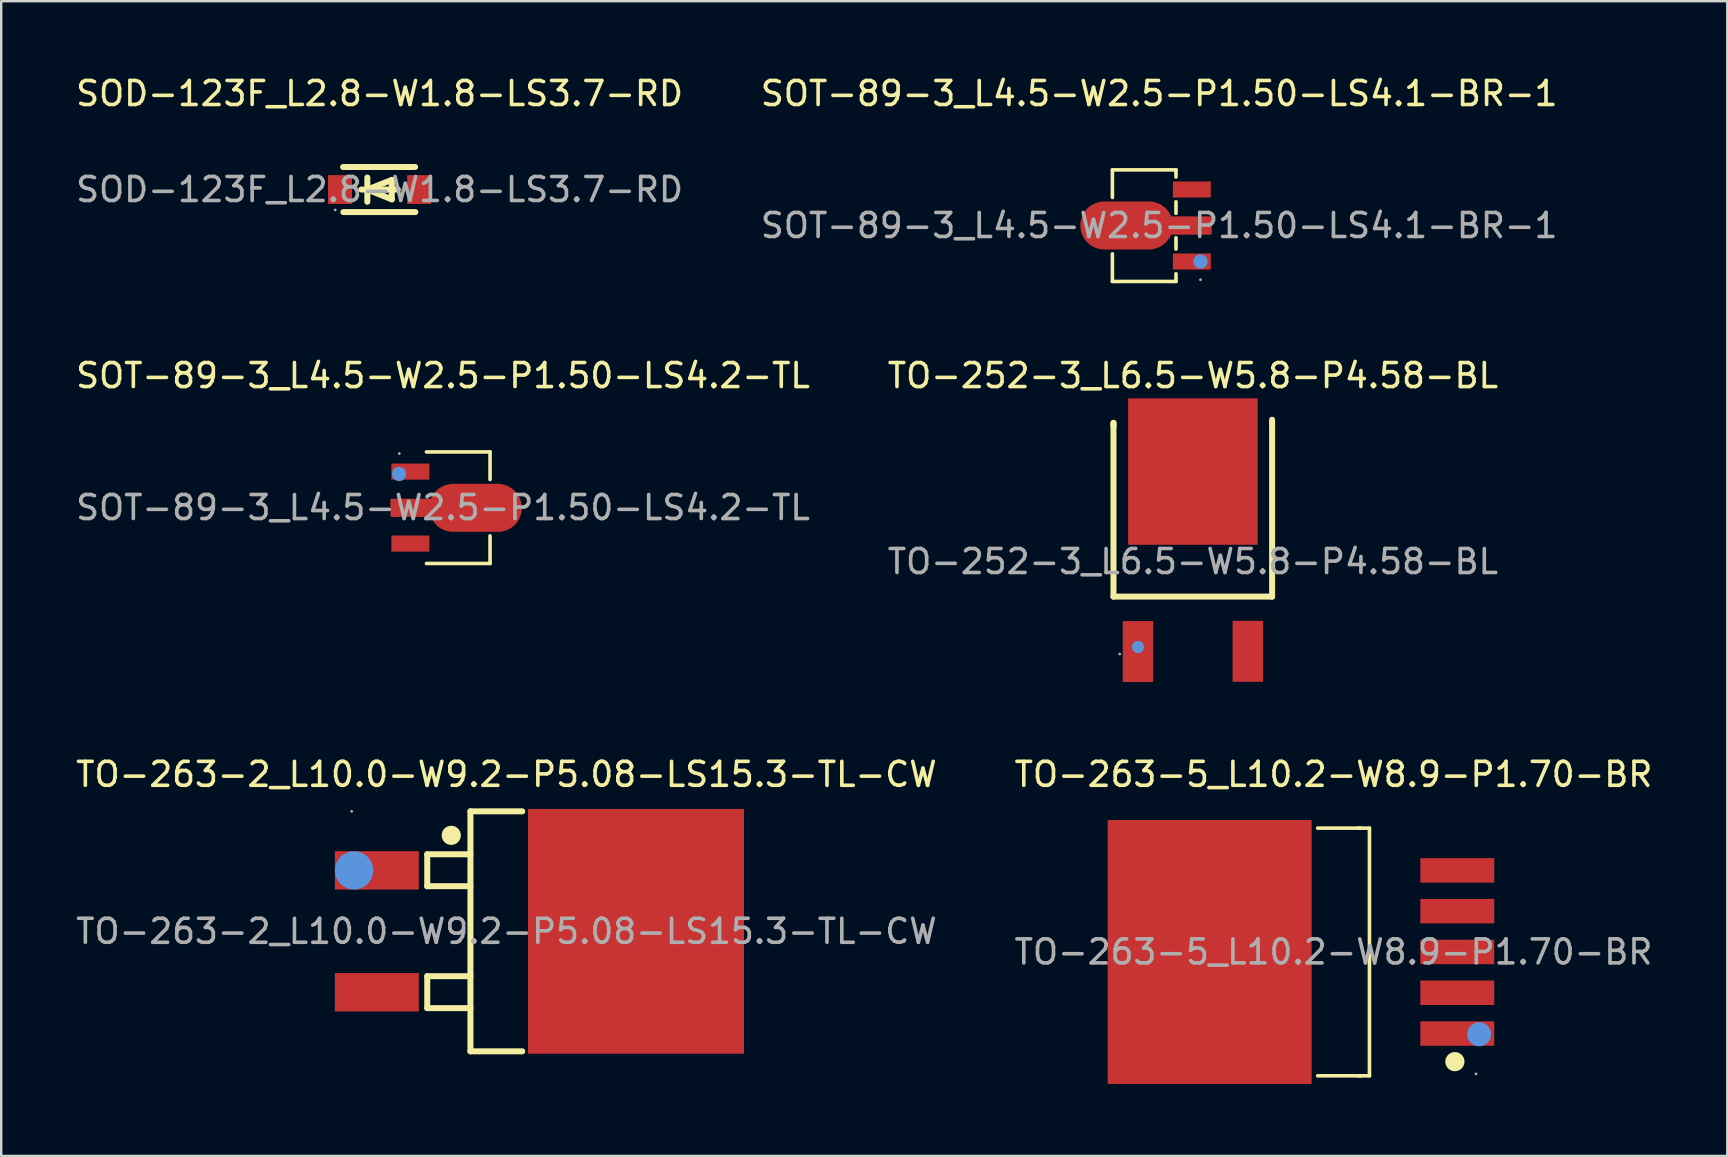
<source format=kicad_pcb>
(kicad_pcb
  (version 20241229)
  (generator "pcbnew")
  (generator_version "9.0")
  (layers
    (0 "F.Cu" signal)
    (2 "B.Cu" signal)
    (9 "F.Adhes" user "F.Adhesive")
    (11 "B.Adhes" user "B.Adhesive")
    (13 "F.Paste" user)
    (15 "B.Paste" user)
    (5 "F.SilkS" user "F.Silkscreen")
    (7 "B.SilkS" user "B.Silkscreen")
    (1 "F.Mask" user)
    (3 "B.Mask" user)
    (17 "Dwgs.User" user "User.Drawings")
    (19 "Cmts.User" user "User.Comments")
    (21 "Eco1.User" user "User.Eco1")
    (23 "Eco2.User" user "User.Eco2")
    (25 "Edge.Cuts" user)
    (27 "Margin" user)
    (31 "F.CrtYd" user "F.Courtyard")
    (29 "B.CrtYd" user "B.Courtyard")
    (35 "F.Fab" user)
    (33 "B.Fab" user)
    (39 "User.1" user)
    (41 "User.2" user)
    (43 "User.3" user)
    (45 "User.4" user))
  (footprint "SOD-123F_L2.8-W1.8-LS3.7-RD"
    (layer "F.Cu")
    (at 12.768 4.848)
    (property "Reference" "SOD-123F_L2.8-W1.8-LS3.7-RD" (at 0 -4 0) (layer "F.SilkS") (effects (font (size 1 1) (thickness 0.15))))
    (attr smd)
    (fp_line (start -1.52 -0.94) (end 1.48 -0.94) (stroke (width 0.25) (type solid)) (layer "F.SilkS"))
    (fp_line (start -1.51 0.94) (end 1.49 0.94) (stroke (width 0.25) (type solid)) (layer "F.SilkS"))
    (fp_line (start -0.76 0) (end 0.76 0) (stroke (width 0.25) (type solid)) (layer "F.SilkS"))
    (fp_line (start -0.51 -0.5) (end -0.51 0.51) (stroke (width 0.25) (type solid)) (layer "F.SilkS"))
    (fp_line (start -0.51 0) (end 0.51 -0.4) (stroke (width 0.25) (type solid)) (layer "F.SilkS"))
    (fp_line (start 0.51 -0.4) (end 0.51 0.41) (stroke (width 0.25) (type solid)) (layer "F.SilkS"))
    (fp_line (start 0.51 0.41) (end -0.51 0) (stroke (width 0.25) (type solid)) (layer "F.SilkS"))
    (fp_circle (center -1.85 0.85) (end -1.82 0.85) (stroke (width 0.06) (type solid)) (fill no) (layer "F.Fab"))
    (fp_text user "${REFERENCE}" (at 0 0 0) (layer "F.Fab") (effects (font (size 1 1) (thickness 0.15))))
    (pad "1" smd rect (at -1.65 0) (size 1 1.2) (layers "F.Cu" "F.Mask" "F.Paste"))
    (pad "2" smd rect (at 1.65 0) (size 1 1.2) (layers "F.Cu" "F.Mask" "F.Paste")))
  (footprint "TO-263-5_L10.2-W8.9-P1.70-BR"
    (layer "F.Cu")
    (at 52.518 36.62)
    (property "Reference" "TO-263-5_L10.2-W8.9-P1.70-BR" (at 0 -7.4 0) (layer "F.SilkS") (effects (font (size 1 1) (thickness 0.15))))
    (attr smd)
    (fp_line (start 1.03 -5.16) (end 1.5 -5.16) (stroke (width 0.15) (type solid)) (layer "F.SilkS"))
    (fp_line (start 1.03 5.16) (end 1.5 5.16) (stroke (width 0.15) (type solid)) (layer "F.SilkS"))
    (fp_line (start 1.13 -5.16) (end -0.66 -5.16) (stroke (width 0.15) (type solid)) (layer "F.SilkS"))
    (fp_line (start 1.15 5.16) (end -0.66 5.16) (stroke (width 0.15) (type solid)) (layer "F.SilkS"))
    (fp_line (start 1.5 5.16) (end 1.5 -5.16) (stroke (width 0.15) (type solid)) (layer "F.SilkS"))
    (fp_circle (center 5.06 4.57) (end 5.26 4.57) (stroke (width 0.4) (type solid)) (fill no) (layer "F.SilkS"))
    (fp_circle (center 6.07 3.43) (end 6.32 3.43) (stroke (width 0.5) (type solid)) (fill no) (layer "Cmts.User"))
    (fp_circle (center 5.94 5.08) (end 5.97 5.08) (stroke (width 0.06) (type solid)) (fill no) (layer "F.Fab"))
    (fp_text user "${REFERENCE}" (at 0 0 0) (layer "F.Fab") (effects (font (size 1 1) (thickness 0.15))))
    (pad "1" smd rect (at 5.16 3.4) (size 3.08 1.02) (layers "F.Cu" "F.Mask" "F.Paste"))
    (pad "2" smd rect (at 5.16 1.7) (size 3.08 1.02) (layers "F.Cu" "F.Mask" "F.Paste"))
    (pad "3" smd rect (at 5.16 0) (size 3.08 1.02) (layers "F.Cu" "F.Mask" "F.Paste"))
    (pad "4" smd rect (at 5.16 -1.7) (size 3.08 1.02) (layers "F.Cu" "F.Mask" "F.Paste"))
    (pad "5" smd rect (at 5.16 -3.4) (size 3.08 1.02) (layers "F.Cu" "F.Mask" "F.Paste"))
    (pad "6" smd rect (at -5.16 0) (size 8.5 11) (layers "F.Cu" "F.Mask" "F.Paste")))
  (footprint "SOT-89-3_L4.5-W2.5-P1.50-LS4.2-TL"
    (layer "F.Cu")
    (at 15.411 18.102)
    (property "Reference" "SOT-89-3_L4.5-W2.5-P1.50-LS4.2-TL" (at 0 -5.5 0) (layer "F.SilkS") (effects (font (size 1 1) (thickness 0.15))))
    (attr smd)
    (fp_line (start -0.69 -2.32) (end 1.96 -2.32) (stroke (width 0.15) (type solid)) (layer "F.SilkS"))
    (fp_line (start -0.69 2.33) (end 1.96 2.33) (stroke (width 0.15) (type solid)) (layer "F.SilkS"))
    (fp_line (start 1.96 -2.32) (end 1.96 -1.17) (stroke (width 0.15) (type solid)) (layer "F.SilkS"))
    (fp_line (start 1.96 2.33) (end 1.96 1.18) (stroke (width 0.15) (type solid)) (layer "F.SilkS"))
    (fp_circle (center -1.83 -1.4) (end -1.68 -1.4) (stroke (width 0.3) (type solid)) (fill no) (layer "Cmts.User"))
    (fp_circle (center -1.82 -2.25) (end -1.79 -2.25) (stroke (width 0.06) (type solid)) (fill no) (layer "F.Fab"))
    (fp_text user "${REFERENCE}" (at 0 0 0) (layer "F.Fab") (effects (font (size 1 1) (thickness 0.15))))
    (pad "1" smd rect (at -1.36 -1.5 180) (size 1.58 0.67) (layers "F.Cu" "F.Mask" "F.Paste"))
    (pad "2" smd custom (at 1.36 0.01) (size 0.01 0.01) (layers "F.Cu" "F.Mask" "F.Paste") (options (anchor circle)) (primitives (gr_poly (pts (xy 0.92 0.95) (xy -0.93 0.95) (xy -0.98 0.95) (xy -1.02 0.95) (xy -1.06 0.94) (xy -1.11 0.93) (xy -1.15 0.93) (xy -1.19 0.91) (xy -1.24 0.9) (xy -1.28 0.89) (xy -1.32 0.87) (xy -1.36 0.85) (xy -1.4 0.83) (xy -1.44 0.81) (xy -1.48 0.78) (xy -1.51 0.75) (xy -1.55 0.73) (xy -1.58 0.7) (xy -1.61 0.67) (xy -1.64 0.63) (xy -1.67 0.6) (xy -1.7 0.56) (xy -1.72 0.53) (xy -1.75 0.49) (xy -1.77 0.45) (xy -1.79 0.41) (xy -1.81 0.33) (xy -3.5 0.33) (xy -3.5 -0.33) (xy -1.81 -0.33) (xy -1.79 -0.41) (xy -1.77 -0.45) (xy -1.75 -0.49) (xy -1.72 -0.52) (xy -1.7 -0.56) (xy -1.67 -0.6) (xy -1.64 -0.63) (xy -1.61 -0.66) (xy -1.58 -0.69) (xy -1.55 -0.72) (xy -1.51 -0.75) (xy -1.48 -0.78) (xy -1.44 -0.8) (xy -1.4 -0.82) (xy -1.36 -0.85) (xy -1.32 -0.87) (xy -1.28 -0.88) (xy -1.24 -0.9) (xy -1.19 -0.91) (xy -1.15 -0.92) (xy -1.11 -0.93) (xy -1.06 -0.94) (xy -1.02 -0.94) (xy -0.98 -0.95) (xy -0.93 -0.95) (xy 0.92 -0.95) (xy 0.97 -0.95) (xy 1.01 -0.94) (xy 1.06 -0.94) (xy 1.1 -0.93) (xy 1.14 -0.92) (xy 1.19 -0.91) (xy 1.23 -0.9) (xy 1.27 -0.88) (xy 1.31 -0.87) (xy 1.35 -0.85) (xy 1.39 -0.82) (xy 1.43 -0.8) (xy 1.47 -0.78) (xy 1.5 -0.75) (xy 1.54 -0.72) (xy 1.57 -0.69) (xy 1.6 -0.66) (xy 1.63 -0.63) (xy 1.66 -0.6) (xy 1.69 -0.56) (xy 1.71 -0.52) (xy 1.74 -0.49) (xy 1.76 -0.45) (xy 1.78 -0.41) (xy 1.8 -0.37) (xy 1.81 -0.33) (xy 1.83 -0.28) (xy 1.84 -0.24) (xy 1.85 -0.2) (xy 1.86 -0.15) (xy 1.87 -0.11) (xy 1.87 -0.07) (xy 1.87 -0.02) (xy 1.87 0.02) (xy 1.87 0.07) (xy 1.87 0.11) (xy 1.86 0.16) (xy 1.85 0.2) (xy 1.84 0.24) (xy 1.83 0.29) (xy 1.81 0.33) (xy 1.8 0.37) (xy 1.78 0.41) (xy 1.76 0.45) (xy 1.74 0.49) (xy 1.71 0.53) (xy 1.69 0.56) (xy 1.66 0.6) (xy 1.63 0.63) (xy 1.6 0.67) (xy 1.57 0.7) (xy 1.54 0.73) (xy 1.5 0.75) (xy 1.47 0.78) (xy 1.43 0.81) (xy 1.39 0.83) (xy 1.35 0.85) (xy 1.31 0.87) (xy 1.27 0.89) (xy 1.23 0.9) (xy 1.19 0.91) (xy 1.14 0.93) (xy 1.1 0.93) (xy 1.06 0.94) (xy 1.01 0.95) (xy 0.97 0.95) (xy 0.92 0.95)) (width 0.1) (fill yes))))
    (pad "3" smd rect (at -1.36 1.5 180) (size 1.58 0.67) (layers "F.Cu" "F.Mask" "F.Paste")))
  (footprint "SOT-89-3_L4.5-W2.5-P1.50-LS4.1-BR-1"
    (layer "F.Cu")
    (at 45.256 6.348)
    (property "Reference" "SOT-89-3_L4.5-W2.5-P1.50-LS4.1-BR-1" (at 0 -5.5 0) (layer "F.SilkS") (effects (font (size 1 1) (thickness 0.15))))
    (attr smd)
    (fp_line (start -1.95 -2.32) (end -1.95 -1.17) (stroke (width 0.15) (type solid)) (layer "F.SilkS"))
    (fp_line (start -1.95 2.33) (end -1.95 1.18) (stroke (width 0.15) (type solid)) (layer "F.SilkS"))
    (fp_line (start 0.7 -2.32) (end -1.95 -2.32) (stroke (width 0.15) (type solid)) (layer "F.SilkS"))
    (fp_line (start 0.7 -2.32) (end 0.7 -2.02) (stroke (width 0.15) (type solid)) (layer "F.SilkS"))
    (fp_line (start 0.7 -0.99) (end 0.7 -0.51) (stroke (width 0.15) (type solid)) (layer "F.SilkS"))
    (fp_line (start 0.7 0.51) (end 0.7 0.98) (stroke (width 0.15) (type solid)) (layer "F.SilkS"))
    (fp_line (start 0.7 2.01) (end 0.7 2.33) (stroke (width 0.15) (type solid)) (layer "F.SilkS"))
    (fp_line (start 0.7 2.33) (end -1.95 2.33) (stroke (width 0.15) (type solid)) (layer "F.SilkS"))
    (fp_circle (center 1.72 1.5) (end 1.87 1.5) (stroke (width 0.3) (type solid)) (fill no) (layer "Cmts.User"))
    (fp_circle (center 1.72 2.26) (end 1.75 2.26) (stroke (width 0.06) (type solid)) (fill no) (layer "F.Fab"))
    (fp_text user "${REFERENCE}" (at 0 0 0) (layer "F.Fab") (effects (font (size 1 1) (thickness 0.15))))
    (pad "1" smd rect (at 1.36 1.5) (size 1.58 0.67) (layers "F.Cu" "F.Mask" "F.Paste"))
    (pad "2" smd custom (at -1.36 0) (size 0.01 0.01) (layers "F.Cu" "F.Mask" "F.Paste") (options (anchor circle)) (primitives (gr_poly (pts (xy -0.93 -0.95) (xy 0.93 -0.95) (xy 0.97 -0.95) (xy 1.02 -0.95) (xy 1.06 -0.94) (xy 1.11 -0.94) (xy 1.15 -0.93) (xy 1.19 -0.91) (xy 1.23 -0.9) (xy 1.28 -0.89) (xy 1.32 -0.87) (xy 1.36 -0.85) (xy 1.4 -0.83) (xy 1.43 -0.81) (xy 1.47 -0.78) (xy 1.51 -0.75) (xy 1.54 -0.73) (xy 1.58 -0.7) (xy 1.61 -0.67) (xy 1.64 -0.63) (xy 1.67 -0.6) (xy 1.69 -0.56) (xy 1.72 -0.53) (xy 1.74 -0.49) (xy 1.77 -0.45) (xy 1.79 -0.41) (xy 1.8 -0.33) (xy 3.5 -0.33) (xy 3.5 0.33) (xy 1.8 0.33) (xy 1.79 0.41) (xy 1.77 0.45) (xy 1.74 0.49) (xy 1.72 0.52) (xy 1.69 0.56) (xy 1.67 0.59) (xy 1.64 0.63) (xy 1.61 0.66) (xy 1.58 0.69) (xy 1.54 0.72) (xy 1.51 0.75) (xy 1.47 0.78) (xy 1.43 0.8) (xy 1.4 0.82) (xy 1.36 0.85) (xy 1.32 0.86) (xy 1.28 0.88) (xy 1.23 0.9) (xy 1.19 0.91) (xy 1.15 0.92) (xy 1.11 0.93) (xy 1.06 0.94) (xy 1.02 0.94) (xy 0.97 0.95) (xy 0.93 0.95) (xy -0.93 0.95) (xy -0.97 0.95) (xy -1.02 0.94) (xy -1.06 0.94) (xy -1.1 0.93) (xy -1.15 0.92) (xy -1.19 0.91) (xy -1.23 0.9) (xy -1.27 0.88) (xy -1.32 0.86) (xy -1.36 0.85) (xy -1.39 0.82) (xy -1.43 0.8) (xy -1.47 0.78) (xy -1.51 0.75) (xy -1.54 0.72) (xy -1.57 0.69) (xy -1.61 0.66) (xy -1.64 0.63) (xy -1.67 0.59) (xy -1.69 0.56) (xy -1.72 0.52) (xy -1.74 0.49) (xy -1.76 0.45) (xy -1.78 0.41) (xy -1.8 0.37) (xy -1.82 0.32) (xy -1.83 0.28) (xy -1.84 0.24) (xy -1.86 0.2) (xy -1.86 0.15) (xy -1.87 0.11) (xy -1.87 0.06) (xy -1.88 0.02) (xy -1.88 -0.02) (xy -1.87 -0.07) (xy -1.87 -0.11) (xy -1.86 -0.16) (xy -1.86 -0.2) (xy -1.84 -0.24) (xy -1.83 -0.29) (xy -1.82 -0.33) (xy -1.8 -0.37) (xy -1.78 -0.41) (xy -1.76 -0.45) (xy -1.74 -0.49) (xy -1.72 -0.53) (xy -1.69 -0.56) (xy -1.67 -0.6) (xy -1.64 -0.63) (xy -1.61 -0.67) (xy -1.57 -0.7) (xy -1.54 -0.73) (xy -1.51 -0.75) (xy -1.47 -0.78) (xy -1.43 -0.81) (xy -1.39 -0.83) (xy -1.36 -0.85) (xy -1.32 -0.87) (xy -1.27 -0.89) (xy -1.23 -0.9) (xy -1.19 -0.91) (xy -1.15 -0.93) (xy -1.1 -0.94) (xy -1.06 -0.94) (xy -1.02 -0.95) (xy -0.97 -0.95) (xy -0.93 -0.95)) (width 0.1) (fill yes))))
    (pad "3" smd rect (at 1.36 -1.5) (size 1.58 0.67) (layers "F.Cu" "F.Mask" "F.Paste")))
  (footprint "TO-252-3_L6.5-W5.8-P4.58-BL"
    (layer "F.Cu")
    (at 46.661 20.352)
    (property "Reference" "TO-252-3_L6.5-W5.8-P4.58-BL" (at 0 -7.75 0) (layer "F.SilkS") (effects (font (size 1 1) (thickness 0.15))))
    (attr smd)
    (fp_line (start -3.31 -5.78) (end -3.31 1.46) (stroke (width 0.25) (type solid)) (layer "F.SilkS"))
    (fp_line (start -3.31 -5.65) (end -3.31 -5.78) (stroke (width 0.25) (type solid)) (layer "F.SilkS"))
    (fp_line (start -3.31 1.46) (end 3.3 1.46) (stroke (width 0.25) (type solid)) (layer "F.SilkS"))
    (fp_line (start 3.3 -5.78) (end 3.3 -5.91) (stroke (width 0.25) (type solid)) (layer "F.SilkS"))
    (fp_line (start 3.3 1.46) (end 3.3 -5.78) (stroke (width 0.25) (type solid)) (layer "F.SilkS"))
    (fp_circle (center -2.29 3.56) (end -2.16 3.56) (stroke (width 0.25) (type solid)) (fill no) (layer "Cmts.User"))
    (fp_circle (center -3.05 3.85) (end -3.02 3.85) (stroke (width 0.06) (type solid)) (fill no) (layer "F.Fab"))
    (fp_text user "${REFERENCE}" (at 0 0 0) (layer "F.Fab") (effects (font (size 1 1) (thickness 0.15))))
    (pad "1" smd rect (at -2.29 3.75 270) (size 2.54 1.27) (layers "F.Cu" "F.Mask" "F.Paste"))
    (pad "2" smd rect (at 0 -3.75 270) (size 6.1 5.4) (layers "F.Cu" "F.Mask" "F.Paste"))
    (pad "3" smd rect (at 2.29 3.74 270) (size 2.54 1.27) (layers "F.Cu" "F.Mask" "F.Paste")))
  (footprint "TO-263-2_L10.0-W9.2-P5.08-LS15.3-TL-CW"
    (layer "F.Cu")
    (at 18.054 35.76)
    (property "Reference" "TO-263-2_L10.0-W9.2-P5.08-LS15.3-TL-CW" (at 0 -6.54 0) (layer "F.SilkS") (effects (font (size 1 1) (thickness 0.15))))
    (attr smd)
    (fp_line (start -3.3 -3.21) (end -1.5 -3.21) (stroke (width 0.25) (type solid)) (layer "F.SilkS"))
    (fp_line (start -3.3 -1.88) (end -3.3 -3.21) (stroke (width 0.25) (type solid)) (layer "F.SilkS"))
    (fp_line (start -3.3 1.87) (end -1.5 1.87) (stroke (width 0.25) (type solid)) (layer "F.SilkS"))
    (fp_line (start -3.3 3.2) (end -3.3 1.87) (stroke (width 0.25) (type solid)) (layer "F.SilkS"))
    (fp_line (start -1.5 -5) (end -1.5 5) (stroke (width 0.25) (type solid)) (layer "F.SilkS"))
    (fp_line (start -1.5 -1.88) (end -3.3 -1.88) (stroke (width 0.25) (type solid)) (layer "F.SilkS"))
    (fp_line (start -1.5 3.2) (end -3.3 3.2) (stroke (width 0.25) (type solid)) (layer "F.SilkS"))
    (fp_line (start -1.5 5) (end 0.66 5) (stroke (width 0.25) (type solid)) (layer "F.SilkS"))
    (fp_line (start 0.66 -5) (end -1.5 -5) (stroke (width 0.25) (type solid)) (layer "F.SilkS"))
    (fp_circle (center -2.3 -4) (end -2.1 -4) (stroke (width 0.4) (type solid)) (fill no) (layer "F.SilkS"))
    (fp_circle (center -6.35 -2.54) (end -5.95 -2.54) (stroke (width 0.8) (type solid)) (fill no) (layer "Cmts.User"))
    (fp_circle (center -6.45 -5) (end -6.42 -5) (stroke (width 0.06) (type solid)) (fill no) (layer "F.Fab"))
    (fp_text user "${REFERENCE}" (at 0 0 0) (layer "F.Fab") (effects (font (size 1 1) (thickness 0.15))))
    (pad "1" smd rect (at -5.4 -2.54) (size 3.5 1.6) (layers "F.Cu" "F.Mask" "F.Paste"))
    (pad "2" smd rect (at 5.4 0) (size 9 10.2) (layers "F.Cu" "F.Mask" "F.Paste"))
    (pad "3" smd rect (at -5.4 2.54) (size 3.5 1.6) (layers "F.Cu" "F.Mask" "F.Paste")))
  (gr_rect
    (start -3 -3)
    (end 68.929 45.12)
    (stroke (width 0.1) (type default))
    (fill no)
    (layer "Edge.Cuts")))
</source>
